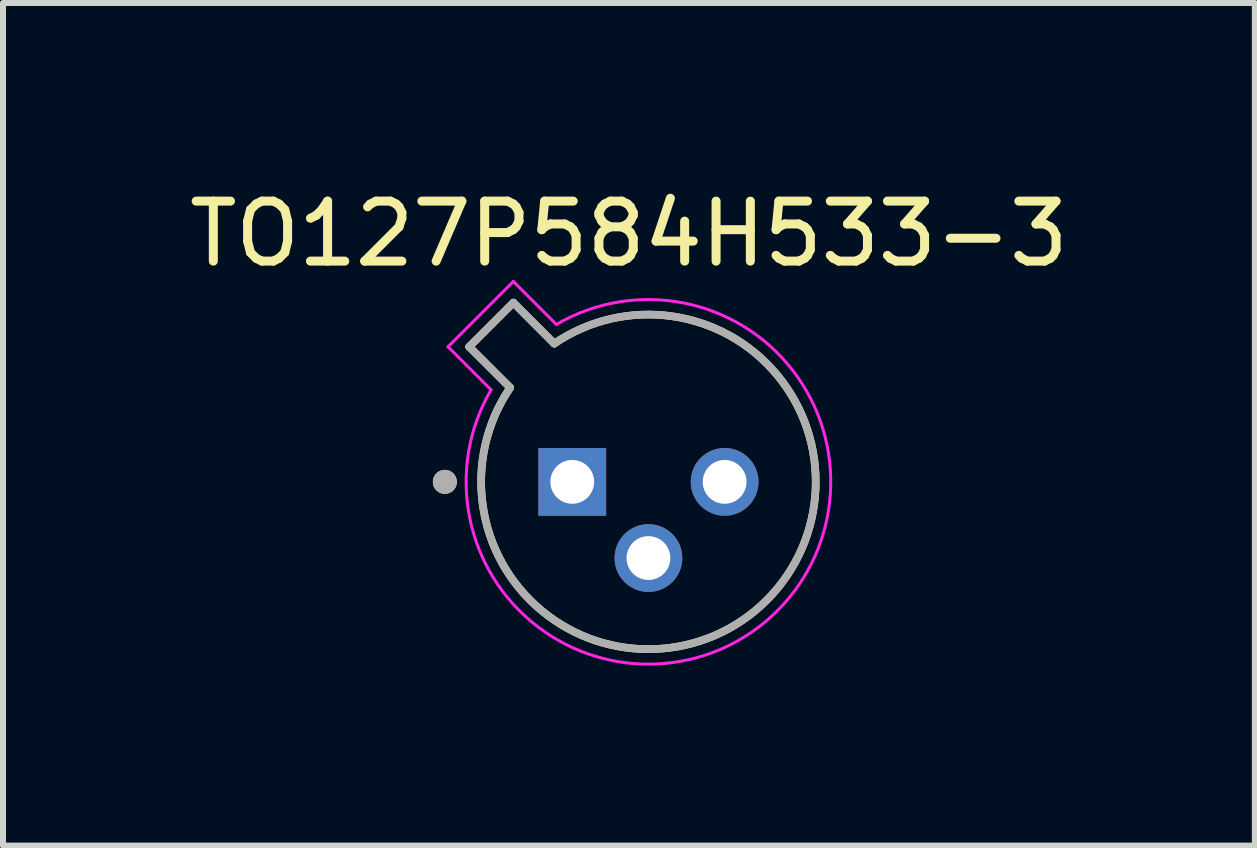
<source format=kicad_pcb>
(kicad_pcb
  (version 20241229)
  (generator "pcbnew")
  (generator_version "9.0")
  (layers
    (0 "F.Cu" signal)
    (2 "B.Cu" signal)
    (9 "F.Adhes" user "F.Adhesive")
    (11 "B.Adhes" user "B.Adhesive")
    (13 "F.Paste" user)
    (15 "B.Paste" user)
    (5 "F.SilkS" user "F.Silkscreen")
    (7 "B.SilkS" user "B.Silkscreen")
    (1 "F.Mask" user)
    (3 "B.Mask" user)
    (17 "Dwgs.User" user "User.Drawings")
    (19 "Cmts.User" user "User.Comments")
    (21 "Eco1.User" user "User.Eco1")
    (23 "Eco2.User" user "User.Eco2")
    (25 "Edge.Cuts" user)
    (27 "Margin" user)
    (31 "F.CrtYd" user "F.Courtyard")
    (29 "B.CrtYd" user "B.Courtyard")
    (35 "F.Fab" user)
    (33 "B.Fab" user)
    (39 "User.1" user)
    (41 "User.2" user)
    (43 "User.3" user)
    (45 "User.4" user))
  (footprint "TO127P584H533-3"
    (layer "F.Cu")
    (at 7.76 4.983)
    (property "Reference" "TO127P584H533-3" (at -0.325 -4.135 0) (layer "F.SilkS") (effects (font (size 1 1) (thickness 0.15))))
    (attr through_hole)
    (fp_line (start -2.988 -2.252) (end -2.305 -1.57) (stroke (width 0.127) (type solid)) (layer "F.SilkS"))
    (fp_line (start -2.252 -2.988) (end -2.988 -2.252) (stroke (width 0.127) (type solid)) (layer "F.SilkS"))
    (fp_line (start -1.57 -2.305) (end -2.252 -2.988) (stroke (width 0.127) (type solid)) (layer "F.SilkS"))
    (fp_arc (start -1.56977 -2.30517) (mid 1.972053 1.972053) (end -2.30517 -1.56977) (stroke (width 0.127) (type solid)) (layer "F.SilkS"))
    (fp_circle (center -3.394 0) (end -3.294 0) (stroke (width 0.2) (type solid)) (fill no) (layer "F.SilkS"))
    (fp_line (start -3.341 -2.252) (end -2.623 -1.534) (stroke (width 0.05) (type solid)) (layer "F.CrtYd"))
    (fp_line (start -2.252 -3.341) (end -3.341 -2.252) (stroke (width 0.05) (type solid)) (layer "F.CrtYd"))
    (fp_line (start -1.534 -2.623) (end -2.252 -3.341) (stroke (width 0.05) (type solid)) (layer "F.CrtYd"))
    (fp_arc (start -1.53442 -2.62337) (mid 2.149001 2.149001) (end -2.62337 -1.53442) (stroke (width 0.05) (type solid)) (layer "F.CrtYd"))
    (fp_line (start -2.988 -2.252) (end -2.305 -1.57) (stroke (width 0.127) (type solid)) (layer "F.Fab"))
    (fp_line (start -2.252 -2.988) (end -2.988 -2.252) (stroke (width 0.127) (type solid)) (layer "F.Fab"))
    (fp_line (start -1.57 -2.305) (end -2.252 -2.988) (stroke (width 0.127) (type solid)) (layer "F.Fab"))
    (fp_arc (start -1.56977 -2.30517) (mid 1.972053 1.972053) (end -2.30517 -1.56977) (stroke (width 0.127) (type solid)) (layer "F.Fab"))
    (fp_circle (center -3.394 0) (end -3.294 0) (stroke (width 0.2) (type solid)) (fill no) (layer "F.Fab"))
    (pad "1" thru_hole rect (at -1.27 0) (size 1.13 1.13) (drill 0.73) (layers "*.Cu" "*.Mask"))
    (pad "2" thru_hole circle (at 0 1.27) (size 1.13 1.13) (drill 0.73) (layers "*.Cu" "*.Mask"))
    (pad "3" thru_hole circle (at 1.27 0) (size 1.13 1.13) (drill 0.73) (layers "*.Cu" "*.Mask")))
  (gr_rect
    (start -3 -3)
    (end 17.869 11.047)
    (stroke (width 0.1) (type default))
    (fill no)
    (layer "Edge.Cuts")))
</source>
